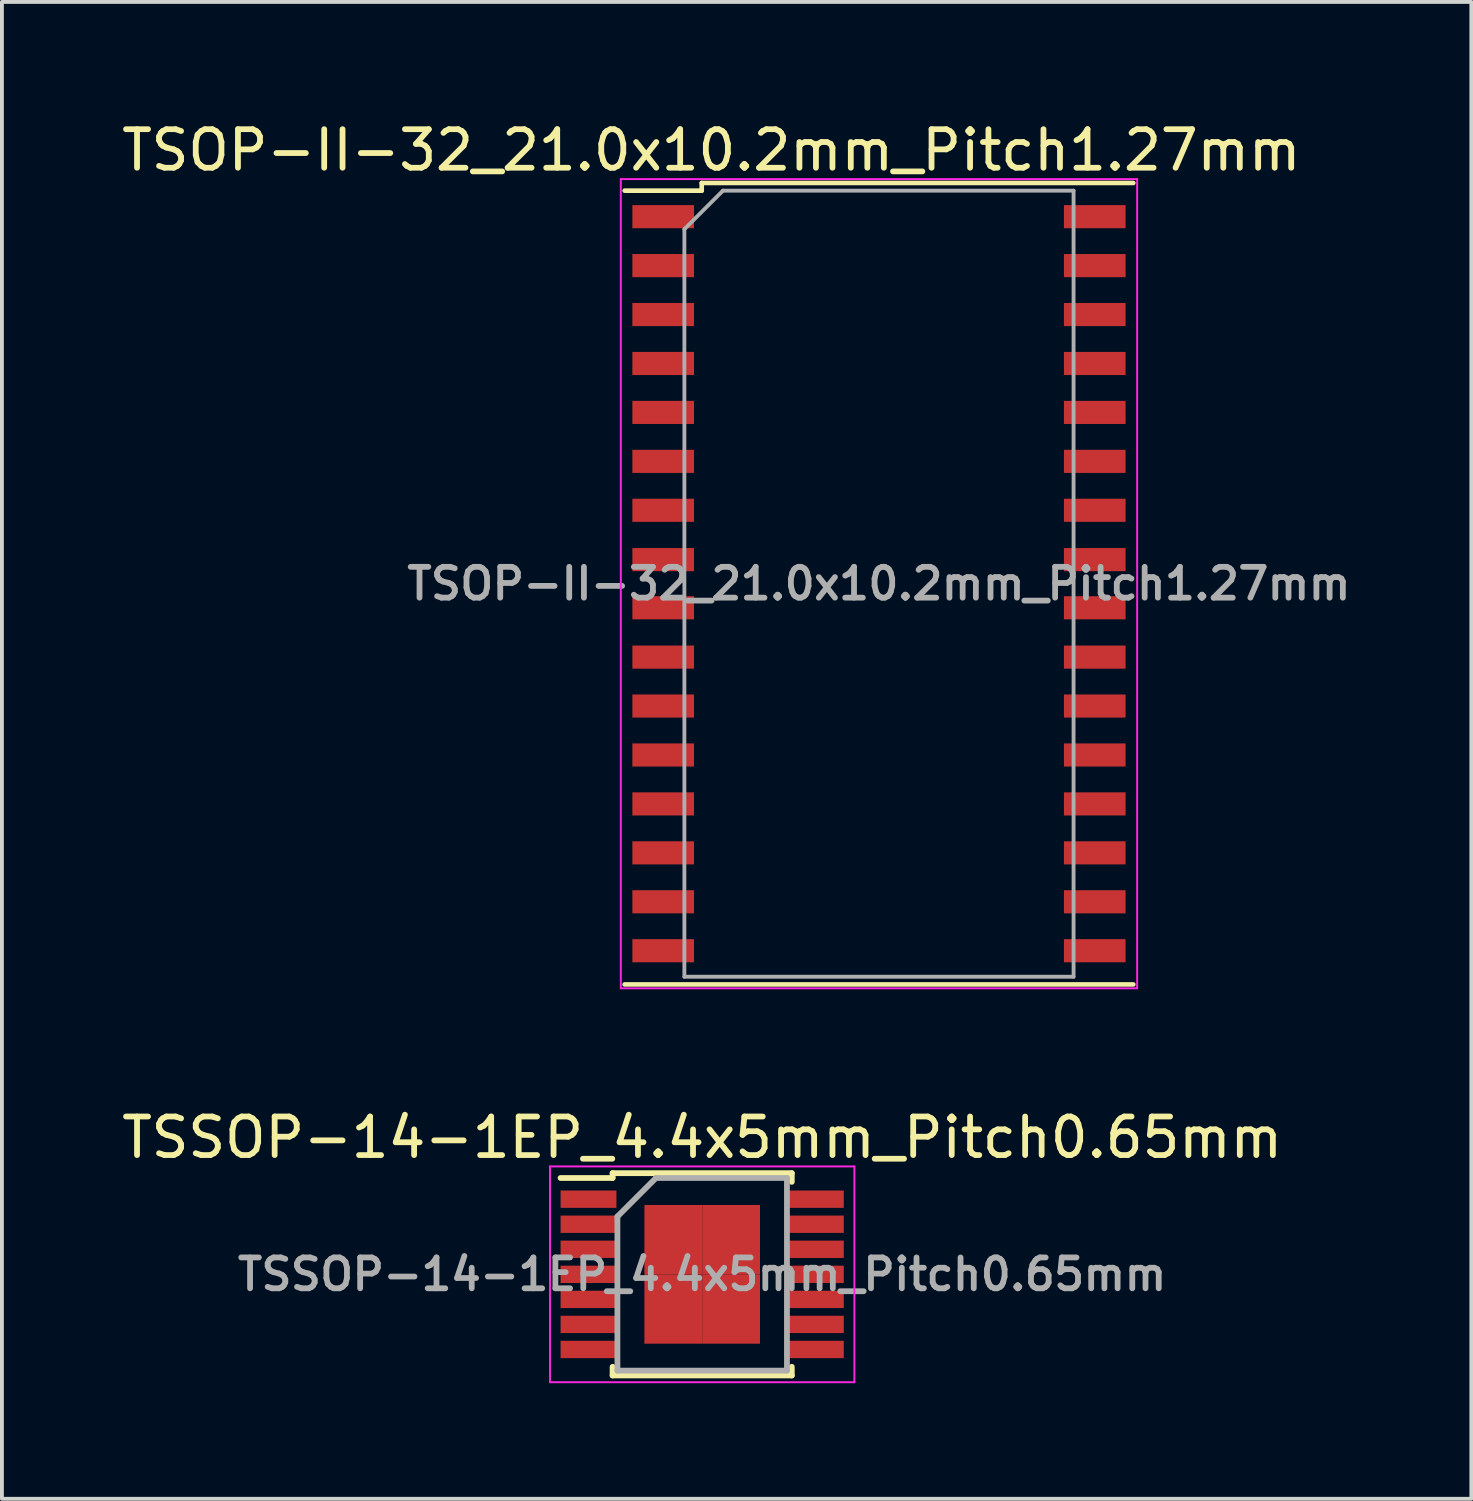
<source format=kicad_pcb>
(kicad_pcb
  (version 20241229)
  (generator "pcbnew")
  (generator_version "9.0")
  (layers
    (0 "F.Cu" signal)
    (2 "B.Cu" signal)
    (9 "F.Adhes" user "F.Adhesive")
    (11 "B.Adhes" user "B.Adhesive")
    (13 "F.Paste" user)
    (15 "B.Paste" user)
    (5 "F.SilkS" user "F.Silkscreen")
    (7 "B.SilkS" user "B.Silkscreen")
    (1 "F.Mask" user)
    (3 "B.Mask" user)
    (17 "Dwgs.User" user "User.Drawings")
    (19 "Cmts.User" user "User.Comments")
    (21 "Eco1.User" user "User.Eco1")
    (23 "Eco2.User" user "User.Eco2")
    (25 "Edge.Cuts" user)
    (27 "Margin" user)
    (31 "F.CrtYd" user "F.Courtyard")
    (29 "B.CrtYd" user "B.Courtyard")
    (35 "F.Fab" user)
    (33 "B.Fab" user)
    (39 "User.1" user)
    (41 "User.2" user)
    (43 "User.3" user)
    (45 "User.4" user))
  (footprint "TSSOP-14-1EP_4.4x5mm_Pitch0.65mm"
    (layer "F.Cu")
    (at 15.173 30.021)
    (property "Reference" "TSSOP-14-1EP_4.4x5mm_Pitch0.65mm" (at 0 -3.55 0) (layer "F.SilkS") (effects (font (size 1 1) (thickness 0.15))))
    (attr smd)
    (fp_line (start -2.325 -2.625) (end -2.325 -2.5) (stroke (width 0.15) (type solid)) (layer "F.SilkS"))
    (fp_line (start -2.325 -2.625) (end 2.325 -2.625) (stroke (width 0.15) (type solid)) (layer "F.SilkS"))
    (fp_line (start -2.325 -2.5) (end -3.675 -2.5) (stroke (width 0.15) (type solid)) (layer "F.SilkS"))
    (fp_line (start -2.325 2.625) (end -2.325 2.4) (stroke (width 0.15) (type solid)) (layer "F.SilkS"))
    (fp_line (start -2.325 2.625) (end 2.325 2.625) (stroke (width 0.15) (type solid)) (layer "F.SilkS"))
    (fp_line (start 2.325 -2.625) (end 2.325 -2.4) (stroke (width 0.15) (type solid)) (layer "F.SilkS"))
    (fp_line (start 2.325 2.625) (end 2.325 2.4) (stroke (width 0.15) (type solid)) (layer "F.SilkS"))
    (fp_line (start -3.95 -2.8) (end -3.95 2.8) (stroke (width 0.05) (type solid)) (layer "F.CrtYd"))
    (fp_line (start -3.95 -2.8) (end 3.95 -2.8) (stroke (width 0.05) (type solid)) (layer "F.CrtYd"))
    (fp_line (start -3.95 2.8) (end 3.95 2.8) (stroke (width 0.05) (type solid)) (layer "F.CrtYd"))
    (fp_line (start 3.95 -2.8) (end 3.95 2.8) (stroke (width 0.05) (type solid)) (layer "F.CrtYd"))
    (fp_line (start -2.2 -1.5) (end -1.2 -2.5) (stroke (width 0.15) (type solid)) (layer "F.Fab"))
    (fp_line (start -2.2 2.5) (end -2.2 -1.5) (stroke (width 0.15) (type solid)) (layer "F.Fab"))
    (fp_line (start -1.2 -2.5) (end 2.2 -2.5) (stroke (width 0.15) (type solid)) (layer "F.Fab"))
    (fp_line (start 2.2 -2.5) (end 2.2 2.5) (stroke (width 0.15) (type solid)) (layer "F.Fab"))
    (fp_line (start 2.2 2.5) (end -2.2 2.5) (stroke (width 0.15) (type solid)) (layer "F.Fab"))
    (fp_text user "${REFERENCE}" (at 0 0 0) (layer "F.Fab") (effects (font (size 0.8 0.8) (thickness 0.15))))
    (pad "1" smd rect (at -2.95 -1.95) (size 1.45 0.45) (layers "F.Cu" "F.Mask" "F.Paste"))
    (pad "2" smd rect (at -2.95 -1.3) (size 1.45 0.45) (layers "F.Cu" "F.Mask" "F.Paste"))
    (pad "3" smd rect (at -2.95 -0.65) (size 1.45 0.45) (layers "F.Cu" "F.Mask" "F.Paste"))
    (pad "4" smd rect (at -2.95 0) (size 1.45 0.45) (layers "F.Cu" "F.Mask" "F.Paste"))
    (pad "5" smd rect (at -2.95 0.65) (size 1.45 0.45) (layers "F.Cu" "F.Mask" "F.Paste"))
    (pad "6" smd rect (at -2.95 1.3) (size 1.45 0.45) (layers "F.Cu" "F.Mask" "F.Paste"))
    (pad "7" smd rect (at -2.95 1.95) (size 1.45 0.45) (layers "F.Cu" "F.Mask" "F.Paste"))
    (pad "8" smd rect (at 2.95 1.95) (size 1.45 0.45) (layers "F.Cu" "F.Mask" "F.Paste"))
    (pad "9" smd rect (at 2.95 1.3) (size 1.45 0.45) (layers "F.Cu" "F.Mask" "F.Paste"))
    (pad "10" smd rect (at 2.95 0.65) (size 1.45 0.45) (layers "F.Cu" "F.Mask" "F.Paste"))
    (pad "11" smd rect (at 2.95 0) (size 1.45 0.45) (layers "F.Cu" "F.Mask" "F.Paste"))
    (pad "12" smd rect (at 2.95 -0.65) (size 1.45 0.45) (layers "F.Cu" "F.Mask" "F.Paste"))
    (pad "13" smd rect (at 2.95 -1.3) (size 1.45 0.45) (layers "F.Cu" "F.Mask" "F.Paste"))
    (pad "14" smd rect (at 2.95 -1.95) (size 1.45 0.45) (layers "F.Cu" "F.Mask" "F.Paste"))
    (pad "15" smd rect (at -0.75 -0.9) (size 1.5 1.8) (layers "F.Cu" "F.Mask" "F.Paste"))
    (pad "15" smd rect (at -0.75 0.9) (size 1.5 1.8) (layers "F.Cu" "F.Mask" "F.Paste"))
    (pad "15" smd rect (at 0.75 -0.9) (size 1.5 1.8) (layers "F.Cu" "F.Mask" "F.Paste"))
    (pad "15" smd rect (at 0.75 0.9) (size 1.5 1.8) (layers "F.Cu" "F.Mask" "F.Paste")))
  (footprint "TSOP-II-32_21.0x10.2mm_Pitch1.27mm"
    (layer "F.Cu")
    (at 19.761 12.098)
    (property "Reference" "TSOP-II-32_21.0x10.2mm_Pitch1.27mm" (at -4.35 -11.25 0) (layer "F.SilkS") (effects (font (size 1 1) (thickness 0.15))))
    (attr smd)
    (fp_line (start -6.6 10.4) (end 6.6 10.4) (stroke (width 0.12) (type solid)) (layer "F.SilkS"))
    (fp_line (start -4.6 -10.4) (end -4.6 -10.2) (stroke (width 0.12) (type solid)) (layer "F.SilkS"))
    (fp_line (start -4.6 -10.4) (end 6.6 -10.4) (stroke (width 0.12) (type solid)) (layer "F.SilkS"))
    (fp_line (start -4.6 -10.2) (end -6.6 -10.2) (stroke (width 0.12) (type solid)) (layer "F.SilkS"))
    (fp_line (start -6.7 -10.5) (end -6.7 10.5) (stroke (width 0.05) (type solid)) (layer "F.CrtYd"))
    (fp_line (start -6.7 -10.5) (end 6.7 -10.5) (stroke (width 0.05) (type solid)) (layer "F.CrtYd"))
    (fp_line (start -6.7 10.5) (end 6.7 10.5) (stroke (width 0.05) (type solid)) (layer "F.CrtYd"))
    (fp_line (start 6.7 -10.5) (end 6.7 10.5) (stroke (width 0.05) (type solid)) (layer "F.CrtYd"))
    (fp_line (start -5.05 -9.2) (end -4.05 -10.2) (stroke (width 0.1) (type solid)) (layer "F.Fab"))
    (fp_line (start -5.05 10.2) (end -5.05 -9.2) (stroke (width 0.1) (type solid)) (layer "F.Fab"))
    (fp_line (start -4.05 -10.2) (end 5.05 -10.2) (stroke (width 0.1) (type solid)) (layer "F.Fab"))
    (fp_line (start 5.05 -10.2) (end 5.05 10.2) (stroke (width 0.1) (type solid)) (layer "F.Fab"))
    (fp_line (start 5.05 10.2) (end -5.05 10.2) (stroke (width 0.1) (type solid)) (layer "F.Fab"))
    (fp_text user "${REFERENCE}" (at 0 0 0) (layer "F.Fab") (effects (font (size 0.8 0.8) (thickness 0.15))))
    (pad "1" smd rect (at -5.6 -9.525) (size 1.6 0.6) (layers "F.Cu" "F.Mask" "F.Paste"))
    (pad "2" smd rect (at -5.6 -8.255) (size 1.6 0.6) (layers "F.Cu" "F.Mask" "F.Paste"))
    (pad "3" smd rect (at -5.6 -6.985) (size 1.6 0.6) (layers "F.Cu" "F.Mask" "F.Paste"))
    (pad "4" smd rect (at -5.6 -5.715) (size 1.6 0.6) (layers "F.Cu" "F.Mask" "F.Paste"))
    (pad "5" smd rect (at -5.6 -4.445) (size 1.6 0.6) (layers "F.Cu" "F.Mask" "F.Paste"))
    (pad "6" smd rect (at -5.6 -3.175) (size 1.6 0.6) (layers "F.Cu" "F.Mask" "F.Paste"))
    (pad "7" smd rect (at -5.6 -1.905) (size 1.6 0.6) (layers "F.Cu" "F.Mask" "F.Paste"))
    (pad "8" smd rect (at -5.6 -0.625) (size 1.6 0.6) (layers "F.Cu" "F.Mask" "F.Paste"))
    (pad "9" smd rect (at -5.6 0.625) (size 1.6 0.6) (layers "F.Cu" "F.Mask" "F.Paste"))
    (pad "10" smd rect (at -5.6 1.905) (size 1.6 0.6) (layers "F.Cu" "F.Mask" "F.Paste"))
    (pad "11" smd rect (at -5.6 3.175) (size 1.6 0.6) (layers "F.Cu" "F.Mask" "F.Paste"))
    (pad "12" smd rect (at -5.6 4.445) (size 1.6 0.6) (layers "F.Cu" "F.Mask" "F.Paste"))
    (pad "13" smd rect (at -5.6 5.715) (size 1.6 0.6) (layers "F.Cu" "F.Mask" "F.Paste"))
    (pad "14" smd rect (at -5.6 6.985) (size 1.6 0.6) (layers "F.Cu" "F.Mask" "F.Paste"))
    (pad "15" smd rect (at -5.6 8.255) (size 1.6 0.6) (layers "F.Cu" "F.Mask" "F.Paste"))
    (pad "16" smd rect (at -5.6 9.525) (size 1.6 0.6) (layers "F.Cu" "F.Mask" "F.Paste"))
    (pad "17" smd rect (at 5.6 9.525) (size 1.6 0.6) (layers "F.Cu" "F.Mask" "F.Paste"))
    (pad "18" smd rect (at 5.6 8.255) (size 1.6 0.6) (layers "F.Cu" "F.Mask" "F.Paste"))
    (pad "19" smd rect (at 5.6 6.985) (size 1.6 0.6) (layers "F.Cu" "F.Mask" "F.Paste"))
    (pad "20" smd rect (at 5.6 5.715) (size 1.6 0.6) (layers "F.Cu" "F.Mask" "F.Paste"))
    (pad "21" smd rect (at 5.6 4.445) (size 1.6 0.6) (layers "F.Cu" "F.Mask" "F.Paste"))
    (pad "22" smd rect (at 5.6 3.175) (size 1.6 0.6) (layers "F.Cu" "F.Mask" "F.Paste"))
    (pad "23" smd rect (at 5.6 1.905) (size 1.6 0.6) (layers "F.Cu" "F.Mask" "F.Paste"))
    (pad "24" smd rect (at 5.6 0.625) (size 1.6 0.6) (layers "F.Cu" "F.Mask" "F.Paste"))
    (pad "25" smd rect (at 5.6 -0.625) (size 1.6 0.6) (layers "F.Cu" "F.Mask" "F.Paste"))
    (pad "26" smd rect (at 5.6 -1.905) (size 1.6 0.6) (layers "F.Cu" "F.Mask" "F.Paste"))
    (pad "27" smd rect (at 5.6 -3.175) (size 1.6 0.6) (layers "F.Cu" "F.Mask" "F.Paste"))
    (pad "28" smd rect (at 5.6 -4.445) (size 1.6 0.6) (layers "F.Cu" "F.Mask" "F.Paste"))
    (pad "29" smd rect (at 5.6 -5.715) (size 1.6 0.6) (layers "F.Cu" "F.Mask" "F.Paste"))
    (pad "30" smd rect (at 5.6 -6.985) (size 1.6 0.6) (layers "F.Cu" "F.Mask" "F.Paste"))
    (pad "31" smd rect (at 5.6 -8.255) (size 1.6 0.6) (layers "F.Cu" "F.Mask" "F.Paste"))
    (pad "32" smd rect (at 5.6 -9.525) (size 1.6 0.6) (layers "F.Cu" "F.Mask" "F.Paste")))
  (gr_rect
    (start -3 -3)
    (end 35.134 35.846)
    (stroke (width 0.1) (type default))
    (fill no)
    (layer "Edge.Cuts")))
</source>
